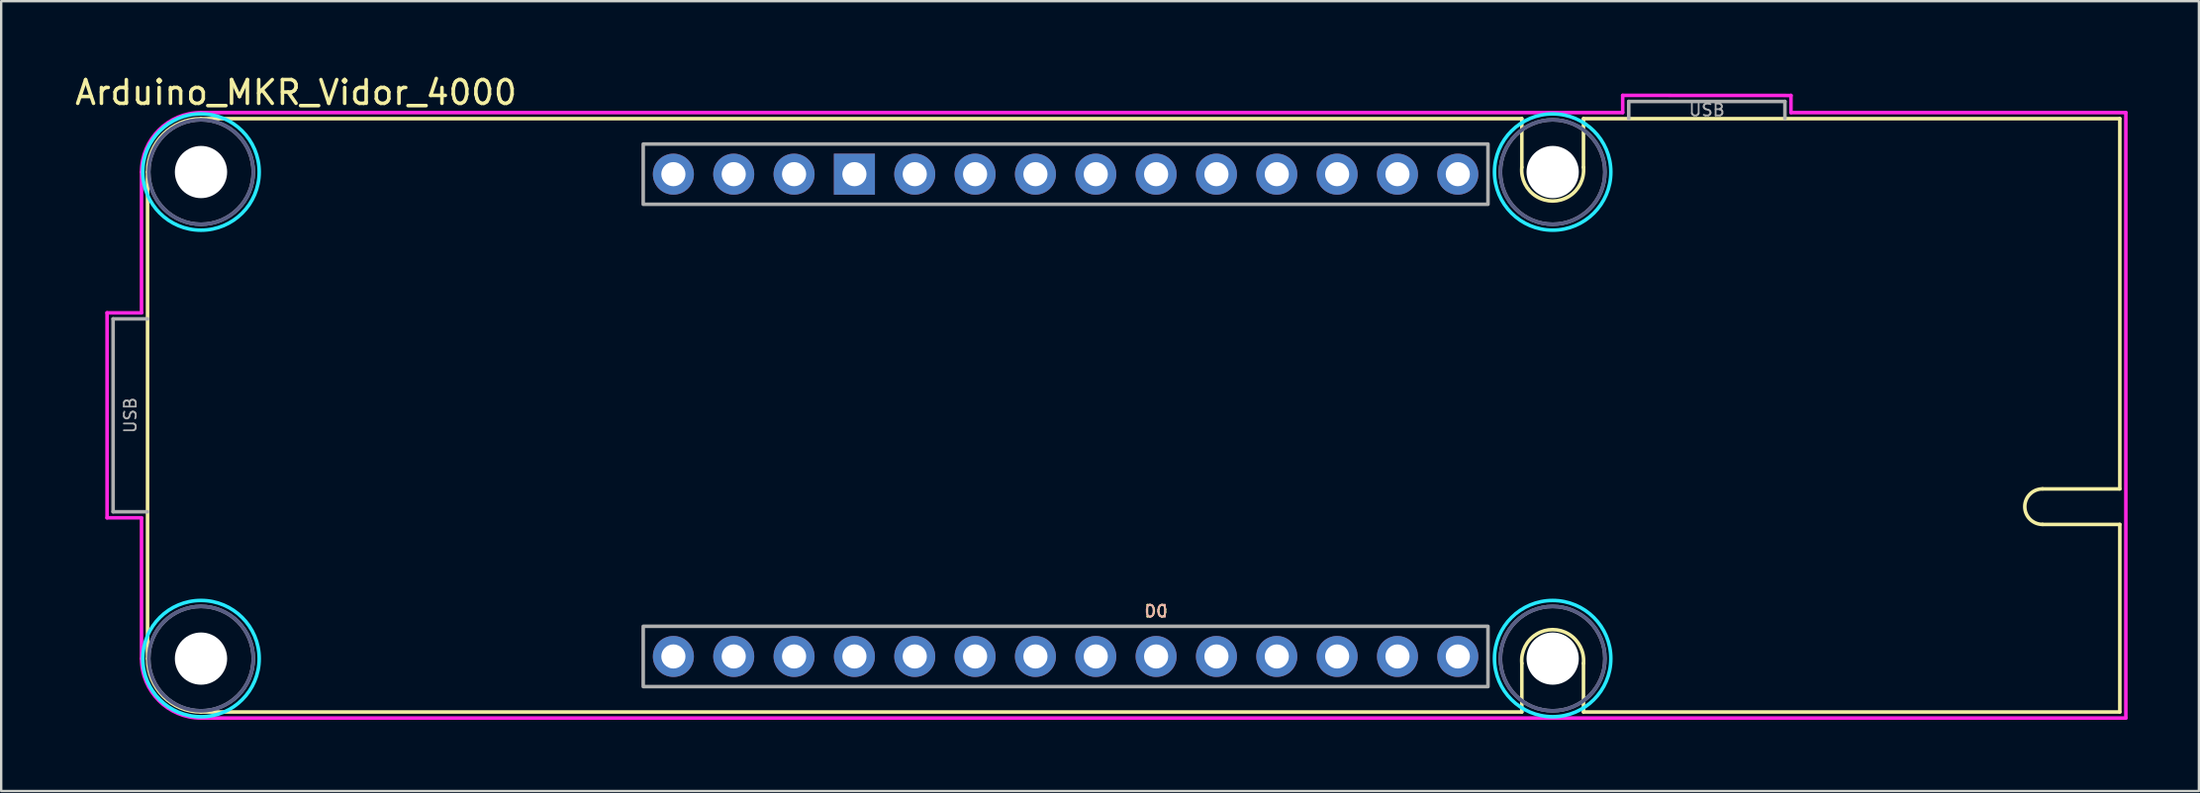
<source format=kicad_pcb>
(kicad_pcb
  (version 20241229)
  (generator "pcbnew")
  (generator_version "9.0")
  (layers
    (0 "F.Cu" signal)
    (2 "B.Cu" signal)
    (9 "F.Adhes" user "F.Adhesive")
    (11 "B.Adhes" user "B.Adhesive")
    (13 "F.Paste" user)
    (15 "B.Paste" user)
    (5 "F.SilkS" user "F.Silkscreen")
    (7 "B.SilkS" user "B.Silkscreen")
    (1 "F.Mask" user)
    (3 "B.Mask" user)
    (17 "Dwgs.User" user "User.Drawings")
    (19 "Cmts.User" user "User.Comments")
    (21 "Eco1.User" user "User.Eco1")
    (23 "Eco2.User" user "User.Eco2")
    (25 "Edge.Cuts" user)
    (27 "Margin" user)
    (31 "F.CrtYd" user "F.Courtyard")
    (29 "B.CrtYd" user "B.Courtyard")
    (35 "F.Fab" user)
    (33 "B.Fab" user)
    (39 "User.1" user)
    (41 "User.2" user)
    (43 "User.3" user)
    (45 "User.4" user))
  (footprint "Arduino_MKR_Vidor_4000"
    (layer "F.Cu")
    (at 5.411 4.198)
    (property "Reference" "Arduino_MKR_Vidor_4000" (at 4 -3.35 0) (unlocked yes) (layer "F.SilkS") (effects (font (size 1 1) (thickness 0.15))))
    (attr through_hole)
    (fp_line (start -2.25 20.5) (end -2.25 0) (stroke (width 0.15) (type solid)) (layer "F.SilkS"))
    (fp_line (start 0 -2.25) (end 55.6 -2.25) (stroke (width 0.15) (type solid)) (layer "F.SilkS"))
    (fp_line (start 0 22.75) (end 55.6 22.75) (stroke (width 0.15) (type solid)) (layer "F.SilkS"))
    (fp_line (start 55.6 -2.25) (end 55.6 -0.2) (stroke (width 0.15) (type solid)) (layer "F.SilkS"))
    (fp_line (start 55.6 22.75) (end 55.6 20.7) (stroke (width 0.15) (type solid)) (layer "F.SilkS"))
    (fp_line (start 58.195 -2.25) (end 58.195 -0.2) (stroke (width 0.15) (type solid)) (layer "F.SilkS"))
    (fp_line (start 58.195 -2.25) (end 80.772 -2.25) (stroke (width 0.15) (type solid)) (layer "F.SilkS"))
    (fp_line (start 58.195 22.75) (end 58.195 20.7) (stroke (width 0.15) (type solid)) (layer "F.SilkS"))
    (fp_line (start 58.195 22.75) (end 80.772 22.75) (stroke (width 0.15) (type solid)) (layer "F.SilkS"))
    (fp_line (start 80.772 13.35) (end 77.52 13.35) (stroke (width 0.15) (type solid)) (layer "F.SilkS"))
    (fp_line (start 80.772 13.35) (end 80.772 -2.25) (stroke (width 0.15) (type solid)) (layer "F.SilkS"))
    (fp_line (start 80.772 14.847) (end 77.52 14.847) (stroke (width 0.15) (type solid)) (layer "F.SilkS"))
    (fp_line (start 80.772 22.75) (end 80.772 14.847) (stroke (width 0.15) (type solid)) (layer "F.SilkS"))
    (fp_arc (start -2.25 0) (mid -1.59099 -1.59099) (end 0 -2.25) (stroke (width 0.15) (type solid)) (layer "F.SilkS"))
    (fp_arc (start 0 22.75) (mid -1.59099 22.09099) (end -2.25 20.5) (stroke (width 0.15) (type solid)) (layer "F.SilkS"))
    (fp_arc (start 55.6 20.7) (mid 56.8975 19.278359) (end 58.195 20.7) (stroke (width 0.15) (type solid)) (layer "F.SilkS"))
    (fp_arc (start 58.195 -0.2) (mid 56.8975 1.221641) (end 55.6 -0.2) (stroke (width 0.15) (type solid)) (layer "F.SilkS"))
    (fp_arc (start 77.52 14.847) (mid 76.76296 14.0985) (end 77.52 13.35) (stroke (width 0.15) (type solid)) (layer "F.SilkS"))
    (fp_circle (center 0 0) (end 2.45 0) (stroke (width 0.15) (type solid)) (fill no) (layer "B.CrtYd"))
    (fp_circle (center 0 20.5) (end 2.45 20.5) (stroke (width 0.15) (type solid)) (fill no) (layer "B.CrtYd"))
    (fp_circle (center 56.898 0) (end 59.347 0) (stroke (width 0.15) (type solid)) (fill no) (layer "B.CrtYd"))
    (fp_circle (center 56.898 20.5) (end 59.347 20.5) (stroke (width 0.15) (type solid)) (fill no) (layer "B.CrtYd"))
    (fp_line (start -3.954 5.932) (end -2.504 5.932) (stroke (width 0.15) (type solid)) (layer "F.CrtYd"))
    (fp_line (start -3.954 14.568) (end -3.954 5.932) (stroke (width 0.15) (type solid)) (layer "F.CrtYd"))
    (fp_line (start -2.504 5.932) (end -2.504 0) (stroke (width 0.15) (type solid)) (layer "F.CrtYd"))
    (fp_line (start -2.504 14.568) (end -3.954 14.568) (stroke (width 0.15) (type solid)) (layer "F.CrtYd"))
    (fp_line (start -2.504 20.5) (end -2.504 14.568) (stroke (width 0.15) (type solid)) (layer "F.CrtYd"))
    (fp_line (start 0 -2.504) (end 59.846 -2.504) (stroke (width 0.15) (type solid)) (layer "F.CrtYd"))
    (fp_line (start 59.846 -2.504) (end 59.846 -3.229) (stroke (width 0.15) (type solid)) (layer "F.CrtYd"))
    (fp_line (start 66.929 -3.225) (end 59.846 -3.229) (stroke (width 0.15) (type solid)) (layer "F.CrtYd"))
    (fp_line (start 66.929 -2.504) (end 66.929 -3.229) (stroke (width 0.15) (type solid)) (layer "F.CrtYd"))
    (fp_line (start 66.929 -2.504) (end 81.026 -2.504) (stroke (width 0.15) (type solid)) (layer "F.CrtYd"))
    (fp_line (start 81.026 -2.504) (end 81.026 23.004) (stroke (width 0.15) (type solid)) (layer "F.CrtYd"))
    (fp_line (start 81.026 23.004) (end 0 23.004) (stroke (width 0.15) (type solid)) (layer "F.CrtYd"))
    (fp_arc (start -2.504 0) (mid -1.770595 -1.770595) (end 0 -2.504) (stroke (width 0.15) (type solid)) (layer "F.CrtYd"))
    (fp_arc (start 0 23.004) (mid -1.770595 22.270595) (end -2.504 20.5) (stroke (width 0.15) (type solid)) (layer "F.CrtYd"))
    (fp_circle (center 0 0) (end 2.2 0) (stroke (width 0.15) (type solid)) (fill no) (layer "B.Fab"))
    (fp_circle (center 0 20.5) (end 2.2 20.5) (stroke (width 0.15) (type solid)) (fill no) (layer "B.Fab"))
    (fp_circle (center 56.898 0) (end 59.097 0) (stroke (width 0.15) (type solid)) (fill no) (layer "B.Fab"))
    (fp_circle (center 56.898 20.5) (end 59.097 20.5) (stroke (width 0.15) (type solid)) (fill no) (layer "B.Fab"))
    (fp_line (start -3.7 6.186) (end -3.7 14.314) (stroke (width 0.15) (type solid)) (layer "F.Fab"))
    (fp_line (start -3.7 14.314) (end -2.25 14.314) (stroke (width 0.15) (type solid)) (layer "F.Fab"))
    (fp_line (start -2.25 6.186) (end -3.7 6.186) (stroke (width 0.15) (type solid)) (layer "F.Fab"))
    (fp_line (start 60.1 -2.975) (end 66.675 -2.975) (stroke (width 0.15) (type solid)) (layer "F.Fab"))
    (fp_line (start 60.1 -2.25) (end 60.1 -2.975) (stroke (width 0.15) (type solid)) (layer "F.Fab"))
    (fp_line (start 66.675 -2.975) (end 66.675 -2.25) (stroke (width 0.15) (type solid)) (layer "F.Fab"))
    (fp_rect (start 18.615 -1.18) (end 54.175 1.36) (stroke (width 0.15) (type solid)) (fill no) (layer "F.Fab"))
    (fp_rect (start 18.615 19.14) (end 54.175 21.68) (stroke (width 0.15) (type solid)) (fill no) (layer "F.Fab"))
    (fp_circle (center 0 0) (end 2.2 0) (stroke (width 0.15) (type solid)) (fill no) (layer "F.Fab"))
    (fp_circle (center 0 20.5) (end 2.2 20.5) (stroke (width 0.15) (type solid)) (fill no) (layer "F.Fab"))
    (fp_circle (center 56.898 0) (end 59.097 0) (stroke (width 0.15) (type solid)) (fill no) (layer "F.Fab"))
    (fp_circle (center 56.898 20.5) (end 59.097 20.5) (stroke (width 0.15) (type solid)) (fill no) (layer "F.Fab"))
    (fp_text user "D0" (at 40.205 18.505 0) (unlocked yes) (layer "F.SilkS") (effects (font (size 0.5 0.5) (thickness 0.075))))
    (fp_text user "D0" (at 40.205 18.505 0) (unlocked yes) (layer "B.SilkS") (effects (font (size 0.5 0.5) (thickness 0.075)) (justify mirror)))
    (fp_text user "USB" (at 63.388 -2.612 0) (layer "F.Fab") (effects (font (size 0.5 0.5) (thickness 0.075))))
    (fp_text user "USB" (at -2.975 10.25 270) (layer "F.Fab") (effects (font (size 0.5 0.5) (thickness 0.075))))
    (pad "" np_thru_hole circle (at 0 0) (size 2.2 2.2) (drill 2.2) (layers "*.Cu" "*.Mask"))
    (pad "" np_thru_hole circle (at 0 20.5) (size 2.2 2.2) (drill 2.2) (layers "*.Cu" "*.Mask"))
    (pad "" np_thru_hole circle (at 56.898 0) (size 2.2 2.2) (drill 2.2) (layers "*.Cu" "*.Mask"))
    (pad "" np_thru_hole circle (at 56.898 20.5) (size 2.2 2.2) (drill 2.2) (layers "*.Cu" "*.Mask"))
    (pad "1" thru_hole circle (at 19.885 20.41) (size 1.727 1.727) (drill 1.016) (layers "*.Cu" "*.Mask"))
    (pad "2" thru_hole circle (at 22.425 20.41) (size 1.727 1.727) (drill 1.016) (layers "*.Cu" "*.Mask"))
    (pad "3" thru_hole circle (at 24.965 20.41) (size 1.727 1.727) (drill 1.016) (layers "*.Cu" "*.Mask"))
    (pad "4" thru_hole circle (at 27.505 20.41) (size 1.727 1.727) (drill 1.016) (layers "*.Cu" "*.Mask"))
    (pad "5" thru_hole circle (at 30.045 20.41) (size 1.727 1.727) (drill 1.016) (layers "*.Cu" "*.Mask"))
    (pad "6" thru_hole circle (at 32.585 20.41) (size 1.727 1.727) (drill 1.016) (layers "*.Cu" "*.Mask"))
    (pad "7" thru_hole circle (at 35.125 20.41) (size 1.727 1.727) (drill 1.016) (layers "*.Cu" "*.Mask"))
    (pad "8" thru_hole circle (at 37.665 20.41) (size 1.727 1.727) (drill 1.016) (layers "*.Cu" "*.Mask"))
    (pad "9" thru_hole circle (at 40.205 20.41) (size 1.727 1.727) (drill 1.016) (layers "*.Cu" "*.Mask"))
    (pad "10" thru_hole circle (at 42.745 20.41) (size 1.727 1.727) (drill 1.016) (layers "*.Cu" "*.Mask"))
    (pad "11" thru_hole circle (at 45.285 20.41) (size 1.727 1.727) (drill 1.016) (layers "*.Cu" "*.Mask"))
    (pad "12" thru_hole circle (at 47.825 20.41) (size 1.727 1.727) (drill 1.016) (layers "*.Cu" "*.Mask"))
    (pad "13" thru_hole circle (at 50.365 20.41) (size 1.727 1.727) (drill 1.016) (layers "*.Cu" "*.Mask"))
    (pad "14" thru_hole circle (at 52.905 20.41) (size 1.727 1.727) (drill 1.016) (layers "*.Cu" "*.Mask"))
    (pad "15" thru_hole circle (at 19.885 0.09) (size 1.727 1.727) (drill 1.016) (layers "*.Cu" "*.Mask"))
    (pad "16" thru_hole circle (at 22.425 0.09) (size 1.727 1.727) (drill 1.016) (layers "*.Cu" "*.Mask"))
    (pad "17" thru_hole circle (at 24.965 0.09) (size 1.727 1.727) (drill 1.016) (layers "*.Cu" "*.Mask"))
    (pad "18" thru_hole rect (at 27.505 0.09) (size 1.727 1.727) (drill 1.016) (layers "*.Cu" "*.Mask"))
    (pad "19" thru_hole circle (at 30.045 0.09) (size 1.727 1.727) (drill 1.016) (layers "*.Cu" "*.Mask"))
    (pad "20" thru_hole circle (at 32.585 0.09) (size 1.727 1.727) (drill 1.016) (layers "*.Cu" "*.Mask"))
    (pad "21" thru_hole circle (at 35.125 0.09) (size 1.727 1.727) (drill 1.016) (layers "*.Cu" "*.Mask"))
    (pad "22" thru_hole circle (at 37.665 0.09) (size 1.727 1.727) (drill 1.016) (layers "*.Cu" "*.Mask"))
    (pad "23" thru_hole circle (at 40.205 0.09) (size 1.727 1.727) (drill 1.016) (layers "*.Cu" "*.Mask"))
    (pad "24" thru_hole circle (at 42.745 0.09) (size 1.727 1.727) (drill 1.016) (layers "*.Cu" "*.Mask"))
    (pad "25" thru_hole circle (at 45.285 0.09) (size 1.727 1.727) (drill 1.016) (layers "*.Cu" "*.Mask"))
    (pad "26" thru_hole circle (at 47.825 0.09) (size 1.727 1.727) (drill 1.016) (layers "*.Cu" "*.Mask"))
    (pad "27" thru_hole circle (at 50.365 0.09) (size 1.727 1.727) (drill 1.016) (layers "*.Cu" "*.Mask"))
    (pad "28" thru_hole circle (at 52.905 0.09) (size 1.727 1.727) (drill 1.016) (layers "*.Cu" "*.Mask")))
  (gr_rect
    (start -3 -3)
    (end 89.512 30.277)
    (stroke (width 0.1) (type default))
    (fill no)
    (layer "Edge.Cuts")))
</source>
